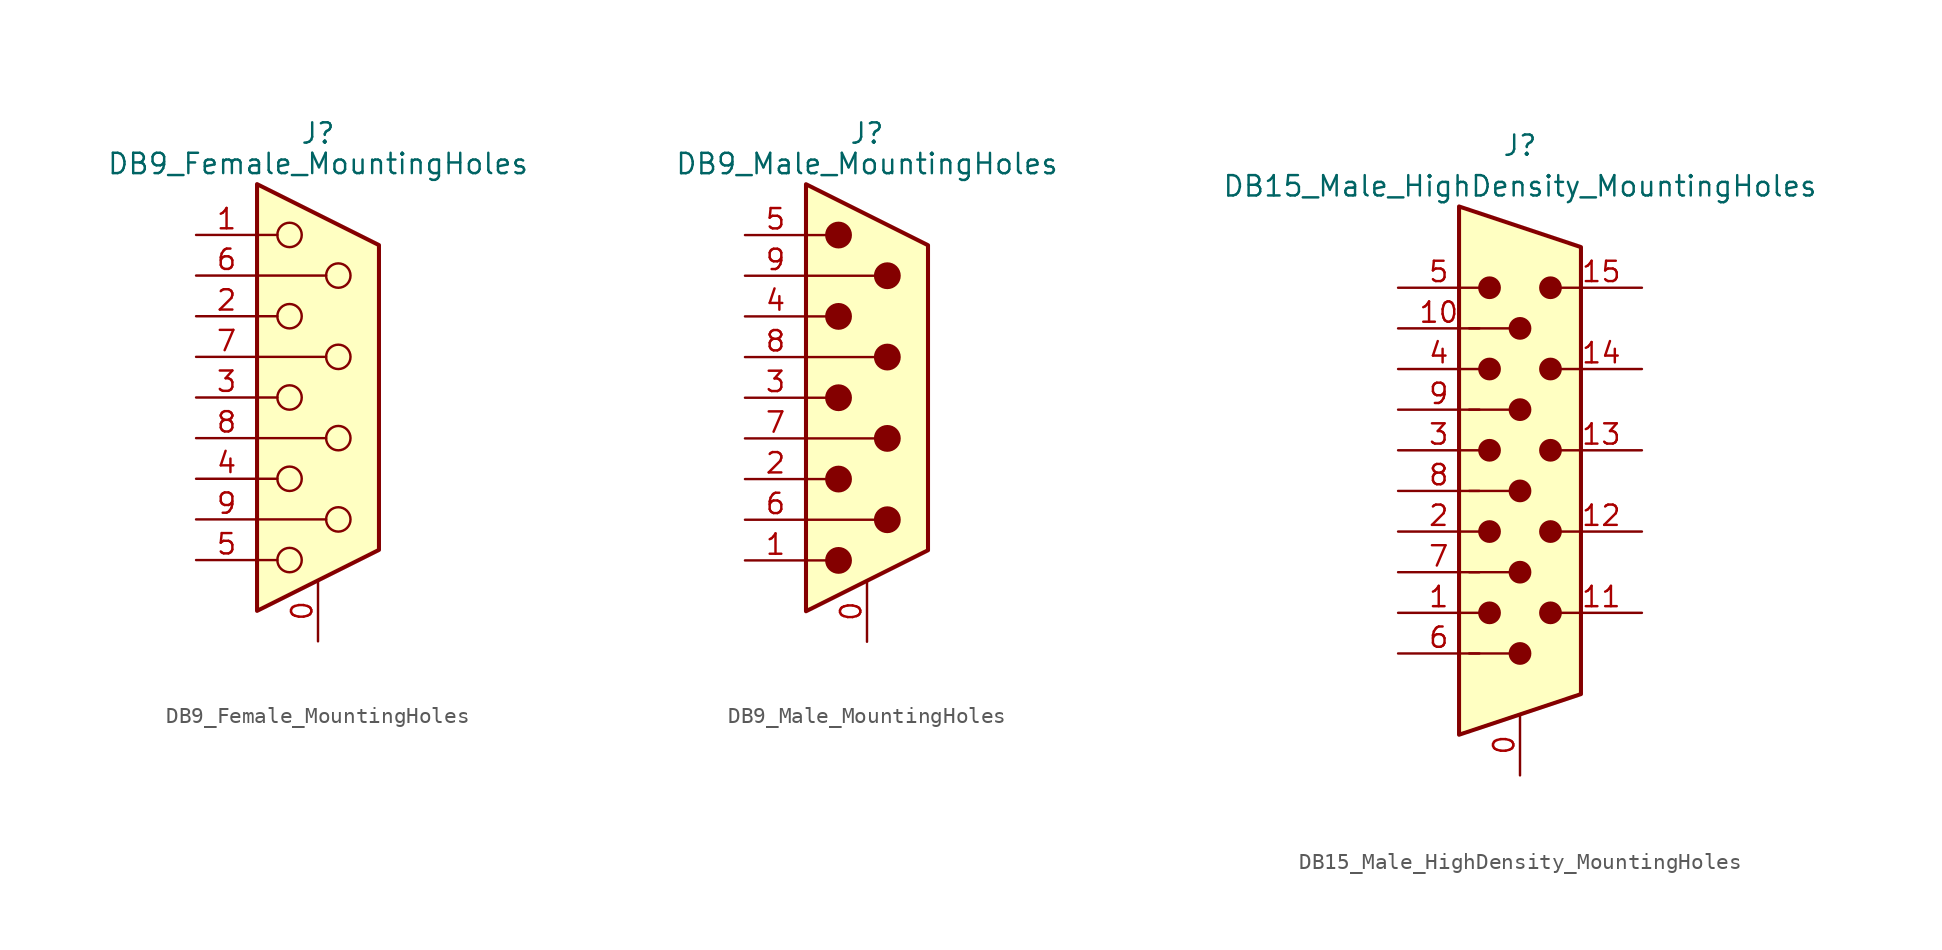
<source format=kicad_sym>
(kicad_symbol_lib
  (version 20211014)
  (generator kicad_symbol_editor)
  (symbol "DB9_Female_MountingHoles"
    (pin_names
      (offset 1.016) hide)
    (property "Reference" "J"
      (at 0 16.51 0)
      (effects (font (size 1.27 1.27))))
    (property "Value" "DB9_Female_MountingHoles"
      (at 0 14.605 0)
      (effects (font (size 1.27 1.27))))
    (symbol "DB9_Female_MountingHoles_0_1"
      (circle (center -1.778 -10.16) (radius 0.762) (stroke (width 0) (type default) (color 0 0 0 0)) (fill (type none)))
      (circle (center -1.778 -5.08) (radius 0.762) (stroke (width 0) (type default) (color 0 0 0 0)) (fill (type none)))
      (circle (center -1.778 0) (radius 0.762) (stroke (width 0) (type default) (color 0 0 0 0)) (fill (type none)))
      (circle (center -1.778 5.08) (radius 0.762) (stroke (width 0) (type default) (color 0 0 0 0)) (fill (type none)))
      (circle (center -1.778 10.16) (radius 0.762) (stroke (width 0) (type default) (color 0 0 0 0)) (fill (type none)))
      (polyline (pts (xy -3.81 -10.16) (xy -2.54 -10.16)) (stroke (width 0) (type default) (color 0 0 0 0)) (fill (type none)))
      (polyline (pts (xy -3.81 -7.62) (xy 0.508 -7.62)) (stroke (width 0) (type default) (color 0 0 0 0)) (fill (type none)))
      (polyline (pts (xy -3.81 -5.08) (xy -2.54 -5.08)) (stroke (width 0) (type default) (color 0 0 0 0)) (fill (type none)))
      (polyline (pts (xy -3.81 -2.54) (xy 0.508 -2.54)) (stroke (width 0) (type default) (color 0 0 0 0)) (fill (type none)))
      (polyline (pts (xy -3.81 0) (xy -2.54 0)) (stroke (width 0) (type default) (color 0 0 0 0)) (fill (type none)))
      (polyline (pts (xy -3.81 2.54) (xy 0.508 2.54)) (stroke (width 0) (type default) (color 0 0 0 0)) (fill (type none)))
      (polyline (pts (xy -3.81 5.08) (xy -2.54 5.08)) (stroke (width 0) (type default) (color 0 0 0 0)) (fill (type none)))
      (polyline (pts (xy -3.81 7.62) (xy 0.508 7.62)) (stroke (width 0) (type default) (color 0 0 0 0)) (fill (type none)))
      (polyline (pts (xy -3.81 10.16) (xy -2.54 10.16)) (stroke (width 0) (type default) (color 0 0 0 0)) (fill (type none)))
      (polyline (pts (xy -3.81 13.335) (xy -3.81 -13.335) (xy 3.81 -9.525) (xy 3.81 9.525) (xy -3.81 13.335)) (stroke (width 0.254) (type default) (color 0 0 0 0)) (fill (type background)))
      (circle (center 1.27 -7.62) (radius 0.762) (stroke (width 0) (type default) (color 0 0 0 0)) (fill (type none)))
      (circle (center 1.27 -2.54) (radius 0.762) (stroke (width 0) (type default) (color 0 0 0 0)) (fill (type none)))
      (circle (center 1.27 2.54) (radius 0.762) (stroke (width 0) (type default) (color 0 0 0 0)) (fill (type none)))
      (circle (center 1.27 7.62) (radius 0.762) (stroke (width 0) (type default) (color 0 0 0 0)) (fill (type none))))
    (symbol "DB9_Female_MountingHoles_1_1"
      (pin passive line (at 0 -15.24 90) (length 3.81) (name "PAD" (effects (font (size 1.27 1.27)))) (number "0" (effects (font (size 1.27 1.27)))))
      (pin passive line (at -7.62 10.16 0) (length 3.81) (name "1" (effects (font (size 1.27 1.27)))) (number "1" (effects (font (size 1.27 1.27)))))
      (pin passive line (at -7.62 5.08 0) (length 3.81) (name "2" (effects (font (size 1.27 1.27)))) (number "2" (effects (font (size 1.27 1.27)))))
      (pin passive line (at -7.62 0 0) (length 3.81) (name "3" (effects (font (size 1.27 1.27)))) (number "3" (effects (font (size 1.27 1.27)))))
      (pin passive line (at -7.62 -5.08 0) (length 3.81) (name "4" (effects (font (size 1.27 1.27)))) (number "4" (effects (font (size 1.27 1.27)))))
      (pin passive line (at -7.62 -10.16 0) (length 3.81) (name "5" (effects (font (size 1.27 1.27)))) (number "5" (effects (font (size 1.27 1.27)))))
      (pin passive line (at -7.62 7.62 0) (length 3.81) (name "6" (effects (font (size 1.27 1.27)))) (number "6" (effects (font (size 1.27 1.27)))))
      (pin passive line (at -7.62 2.54 0) (length 3.81) (name "7" (effects (font (size 1.27 1.27)))) (number "7" (effects (font (size 1.27 1.27)))))
      (pin passive line (at -7.62 -2.54 0) (length 3.81) (name "8" (effects (font (size 1.27 1.27)))) (number "8" (effects (font (size 1.27 1.27)))))
      (pin passive line (at -7.62 -7.62 0) (length 3.81) (name "9" (effects (font (size 1.27 1.27)))) (number "9" (effects (font (size 1.27 1.27)))))))
  (symbol "DB9_Male_MountingHoles"
    (pin_names
      (offset 1.016) hide)
    (property "Reference" "J"
      (at 0 16.51 0)
      (effects (font (size 1.27 1.27))))
    (property "Value" "DB9_Male_MountingHoles"
      (at 0 14.605 0)
      (effects (font (size 1.27 1.27))))
    (symbol "DB9_Male_MountingHoles_0_1"
      (circle (center -1.778 -10.16) (radius 0.762) (stroke (width 0) (type default) (color 0 0 0 0)) (fill (type outline)))
      (circle (center -1.778 -5.08) (radius 0.762) (stroke (width 0) (type default) (color 0 0 0 0)) (fill (type outline)))
      (circle (center -1.778 0) (radius 0.762) (stroke (width 0) (type default) (color 0 0 0 0)) (fill (type outline)))
      (circle (center -1.778 5.08) (radius 0.762) (stroke (width 0) (type default) (color 0 0 0 0)) (fill (type outline)))
      (circle (center -1.778 10.16) (radius 0.762) (stroke (width 0) (type default) (color 0 0 0 0)) (fill (type outline)))
      (polyline (pts (xy -3.81 -10.16) (xy -2.54 -10.16)) (stroke (width 0) (type default) (color 0 0 0 0)) (fill (type none)))
      (polyline (pts (xy -3.81 -7.62) (xy 0.508 -7.62)) (stroke (width 0) (type default) (color 0 0 0 0)) (fill (type none)))
      (polyline (pts (xy -3.81 -5.08) (xy -2.54 -5.08)) (stroke (width 0) (type default) (color 0 0 0 0)) (fill (type none)))
      (polyline (pts (xy -3.81 -2.54) (xy 0.508 -2.54)) (stroke (width 0) (type default) (color 0 0 0 0)) (fill (type none)))
      (polyline (pts (xy -3.81 0) (xy -2.54 0)) (stroke (width 0) (type default) (color 0 0 0 0)) (fill (type none)))
      (polyline (pts (xy -3.81 2.54) (xy 0.508 2.54)) (stroke (width 0) (type default) (color 0 0 0 0)) (fill (type none)))
      (polyline (pts (xy -3.81 5.08) (xy -2.54 5.08)) (stroke (width 0) (type default) (color 0 0 0 0)) (fill (type none)))
      (polyline (pts (xy -3.81 7.62) (xy 0.508 7.62)) (stroke (width 0) (type default) (color 0 0 0 0)) (fill (type none)))
      (polyline (pts (xy -3.81 10.16) (xy -2.54 10.16)) (stroke (width 0) (type default) (color 0 0 0 0)) (fill (type none)))
      (polyline (pts (xy -3.81 -13.335) (xy -3.81 13.335) (xy 3.81 9.525) (xy 3.81 -9.525) (xy -3.81 -13.335)) (stroke (width 0.254) (type default) (color 0 0 0 0)) (fill (type background)))
      (circle (center 1.27 -7.62) (radius 0.762) (stroke (width 0) (type default) (color 0 0 0 0)) (fill (type outline)))
      (circle (center 1.27 -2.54) (radius 0.762) (stroke (width 0) (type default) (color 0 0 0 0)) (fill (type outline)))
      (circle (center 1.27 2.54) (radius 0.762) (stroke (width 0) (type default) (color 0 0 0 0)) (fill (type outline)))
      (circle (center 1.27 7.62) (radius 0.762) (stroke (width 0) (type default) (color 0 0 0 0)) (fill (type outline))))
    (symbol "DB9_Male_MountingHoles_1_1"
      (pin passive line (at 0 -15.24 90) (length 3.81) (name "PAD" (effects (font (size 1.27 1.27)))) (number "0" (effects (font (size 1.27 1.27)))))
      (pin passive line (at -7.62 -10.16 0) (length 3.81) (name "1" (effects (font (size 1.27 1.27)))) (number "1" (effects (font (size 1.27 1.27)))))
      (pin passive line (at -7.62 -5.08 0) (length 3.81) (name "2" (effects (font (size 1.27 1.27)))) (number "2" (effects (font (size 1.27 1.27)))))
      (pin passive line (at -7.62 0 0) (length 3.81) (name "3" (effects (font (size 1.27 1.27)))) (number "3" (effects (font (size 1.27 1.27)))))
      (pin passive line (at -7.62 5.08 0) (length 3.81) (name "4" (effects (font (size 1.27 1.27)))) (number "4" (effects (font (size 1.27 1.27)))))
      (pin passive line (at -7.62 10.16 0) (length 3.81) (name "5" (effects (font (size 1.27 1.27)))) (number "5" (effects (font (size 1.27 1.27)))))
      (pin passive line (at -7.62 -7.62 0) (length 3.81) (name "6" (effects (font (size 1.27 1.27)))) (number "6" (effects (font (size 1.27 1.27)))))
      (pin passive line (at -7.62 -2.54 0) (length 3.81) (name "7" (effects (font (size 1.27 1.27)))) (number "7" (effects (font (size 1.27 1.27)))))
      (pin passive line (at -7.62 2.54 0) (length 3.81) (name "8" (effects (font (size 1.27 1.27)))) (number "8" (effects (font (size 1.27 1.27)))))
      (pin passive line (at -7.62 7.62 0) (length 3.81) (name "9" (effects (font (size 1.27 1.27)))) (number "9" (effects (font (size 1.27 1.27)))))))
  (symbol "DB15_Male_HighDensity_MountingHoles"
    (pin_names
      (offset 1.016) hide)
    (property "Reference" "J"
      (at 0 21.59 0)
      (effects (font (size 1.27 1.27))))
    (property "Value" "DB15_Male_HighDensity_MountingHoles"
      (at 0 19.05 0)
      (effects (font (size 1.27 1.27))))
    (symbol "DB15_Male_HighDensity_MountingHoles_0_1"
      (circle (center -1.905 -7.62) (radius 0.635) (stroke (width 0) (type default) (color 0 0 0 0)) (fill (type outline)))
      (circle (center -1.905 -2.54) (radius 0.635) (stroke (width 0) (type default) (color 0 0 0 0)) (fill (type outline)))
      (circle (center -1.905 2.54) (radius 0.635) (stroke (width 0) (type default) (color 0 0 0 0)) (fill (type outline)))
      (circle (center -1.905 7.62) (radius 0.635) (stroke (width 0) (type default) (color 0 0 0 0)) (fill (type outline)))
      (circle (center -1.905 12.7) (radius 0.635) (stroke (width 0) (type default) (color 0 0 0 0)) (fill (type outline)))
      (circle (center 0 -10.16) (radius 0.635) (stroke (width 0) (type default) (color 0 0 0 0)) (fill (type outline)))
      (circle (center 0 -5.08) (radius 0.635) (stroke (width 0) (type default) (color 0 0 0 0)) (fill (type outline)))
      (polyline (pts (xy -3.175 -5.08) (xy -0.635 -5.08)) (stroke (width 0) (type default) (color 0 0 0 0)) (fill (type none)))
      (polyline (pts (xy -0.635 -10.16) (xy -3.175 -10.16)) (stroke (width 0) (type default) (color 0 0 0 0)) (fill (type none)))
      (polyline (pts (xy -0.635 0) (xy -3.175 0)) (stroke (width 0) (type default) (color 0 0 0 0)) (fill (type none)))
      (polyline (pts (xy -0.635 5.08) (xy -3.175 5.08)) (stroke (width 0) (type default) (color 0 0 0 0)) (fill (type none)))
      (polyline (pts (xy -0.635 10.16) (xy -3.175 10.16)) (stroke (width 0) (type default) (color 0 0 0 0)) (fill (type none)))
      (polyline (pts (xy -3.81 17.78) (xy -3.81 -15.24) (xy 3.81 -12.7) (xy 3.81 15.24) (xy -3.81 17.78)) (stroke (width 0.254) (type default) (color 0 0 0 0)) (fill (type background)))
      (circle (center 0 0) (radius 0.635) (stroke (width 0) (type default) (color 0 0 0 0)) (fill (type outline)))
      (circle (center 0 5.08) (radius 0.635) (stroke (width 0) (type default) (color 0 0 0 0)) (fill (type outline)))
      (circle (center 0 10.16) (radius 0.635) (stroke (width 0) (type default) (color 0 0 0 0)) (fill (type outline)))
      (circle (center 1.905 -7.62) (radius 0.635) (stroke (width 0) (type default) (color 0 0 0 0)) (fill (type outline)))
      (circle (center 1.905 -2.54) (radius 0.635) (stroke (width 0) (type default) (color 0 0 0 0)) (fill (type outline)))
      (circle (center 1.905 2.54) (radius 0.635) (stroke (width 0) (type default) (color 0 0 0 0)) (fill (type outline)))
      (circle (center 1.905 7.62) (radius 0.635) (stroke (width 0) (type default) (color 0 0 0 0)) (fill (type outline)))
      (circle (center 1.905 12.7) (radius 0.635) (stroke (width 0) (type default) (color 0 0 0 0)) (fill (type outline))))
    (symbol "DB15_Male_HighDensity_MountingHoles_1_1"
      (pin passive line (at 0 -17.78 90) (length 3.81) (name "~" (effects (font (size 1.27 1.27)))) (number "0" (effects (font (size 1.27 1.27)))))
      (pin passive line (at -7.62 -7.62 0) (length 5.08) (name "~" (effects (font (size 1.27 1.27)))) (number "1" (effects (font (size 1.27 1.27)))))
      (pin passive line (at -7.62 10.16 0) (length 5.08) (name "~" (effects (font (size 1.27 1.27)))) (number "10" (effects (font (size 1.27 1.27)))))
      (pin passive line (at 7.62 -7.62 180) (length 5.08) (name "~" (effects (font (size 1.27 1.27)))) (number "11" (effects (font (size 1.27 1.27)))))
      (pin passive line (at 7.62 -2.54 180) (length 5.08) (name "~" (effects (font (size 1.27 1.27)))) (number "12" (effects (font (size 1.27 1.27)))))
      (pin passive line (at 7.62 2.54 180) (length 5.08) (name "~" (effects (font (size 1.27 1.27)))) (number "13" (effects (font (size 1.27 1.27)))))
      (pin passive line (at 7.62 7.62 180) (length 5.08) (name "~" (effects (font (size 1.27 1.27)))) (number "14" (effects (font (size 1.27 1.27)))))
      (pin passive line (at 7.62 12.7 180) (length 5.08) (name "~" (effects (font (size 1.27 1.27)))) (number "15" (effects (font (size 1.27 1.27)))))
      (pin passive line (at -7.62 -2.54 0) (length 5.08) (name "~" (effects (font (size 1.27 1.27)))) (number "2" (effects (font (size 1.27 1.27)))))
      (pin passive line (at -7.62 2.54 0) (length 5.08) (name "~" (effects (font (size 1.27 1.27)))) (number "3" (effects (font (size 1.27 1.27)))))
      (pin passive line (at -7.62 7.62 0) (length 5.08) (name "~" (effects (font (size 1.27 1.27)))) (number "4" (effects (font (size 1.27 1.27)))))
      (pin passive line (at -7.62 12.7 0) (length 5.08) (name "~" (effects (font (size 1.27 1.27)))) (number "5" (effects (font (size 1.27 1.27)))))
      (pin passive line (at -7.62 -10.16 0) (length 5.08) (name "~" (effects (font (size 1.27 1.27)))) (number "6" (effects (font (size 1.27 1.27)))))
      (pin passive line (at -7.62 -5.08 0) (length 5.08) (name "~" (effects (font (size 1.27 1.27)))) (number "7" (effects (font (size 1.27 1.27)))))
      (pin passive line (at -7.62 0 0) (length 5.08) (name "~" (effects (font (size 1.27 1.27)))) (number "8" (effects (font (size 1.27 1.27)))))
      (pin passive line (at -7.62 5.08 0) (length 5.08) (name "~" (effects (font (size 1.27 1.27)))) (number "9" (effects (font (size 1.27 1.27))))))))
</source>
